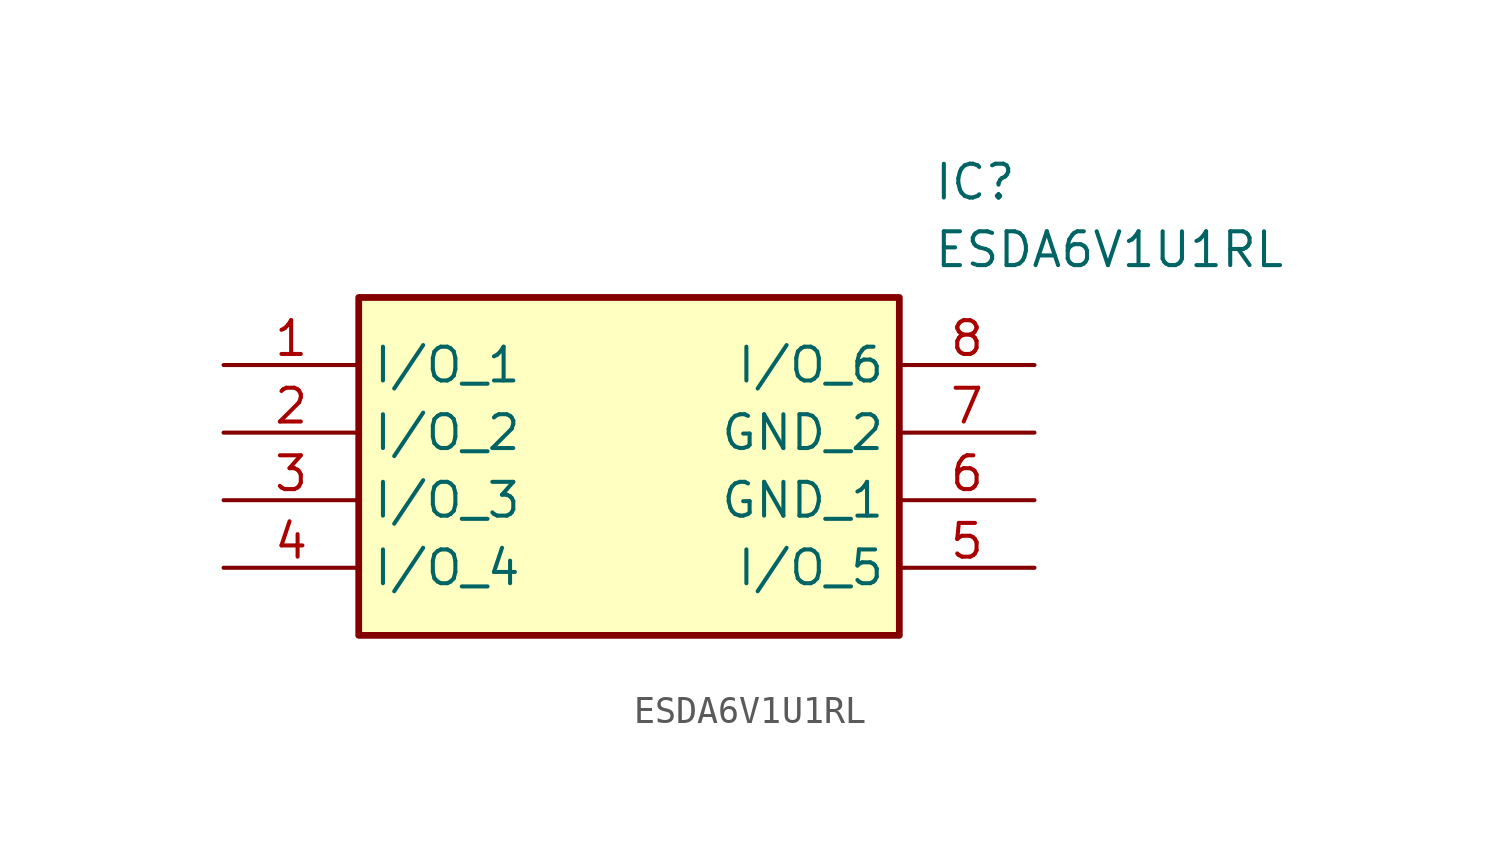
<source format=kicad_sym>
(kicad_symbol_lib
  (version 20211014)
  (generator SamacSys_ECAD_Model)
  (symbol "ESDA6V1U1RL"
    (property "Reference" "IC"
      (at 26.67 7.62 0)
      (effects (font (size 1.27 1.27)) (justify left top)))
    (property "Value" "ESDA6V1U1RL"
      (at 26.67 5.08 0)
      (effects (font (size 1.27 1.27)) (justify left top)))
    (rectangle
      (start 5.08 2.54)
      (end 25.4 -10.16)
      (stroke (width 0.254) (type default))
      (fill (type background)))
    (pin passive line
      (at 0 0 0)
      (length 5.08)
      (name "I/O_1" (effects (font (size 1.27 1.27))))
      (number "1" (effects (font (size 1.27 1.27)))))
    (pin passive line
      (at 0 -2.54 0)
      (length 5.08)
      (name "I/O_2" (effects (font (size 1.27 1.27))))
      (number "2" (effects (font (size 1.27 1.27)))))
    (pin passive line
      (at 0 -5.08 0)
      (length 5.08)
      (name "I/O_3" (effects (font (size 1.27 1.27))))
      (number "3" (effects (font (size 1.27 1.27)))))
    (pin passive line
      (at 0 -7.62 0)
      (length 5.08)
      (name "I/O_4" (effects (font (size 1.27 1.27))))
      (number "4" (effects (font (size 1.27 1.27)))))
    (pin passive line
      (at 30.48 0 180)
      (length 5.08)
      (name "I/O_6" (effects (font (size 1.27 1.27))))
      (number "8" (effects (font (size 1.27 1.27)))))
    (pin passive line
      (at 30.48 -2.54 180)
      (length 5.08)
      (name "GND_2" (effects (font (size 1.27 1.27))))
      (number "7" (effects (font (size 1.27 1.27)))))
    (pin passive line
      (at 30.48 -5.08 180)
      (length 5.08)
      (name "GND_1" (effects (font (size 1.27 1.27))))
      (number "6" (effects (font (size 1.27 1.27)))))
    (pin passive line
      (at 30.48 -7.62 180)
      (length 5.08)
      (name "I/O_5" (effects (font (size 1.27 1.27))))
      (number "5" (effects (font (size 1.27 1.27)))))))
</source>
